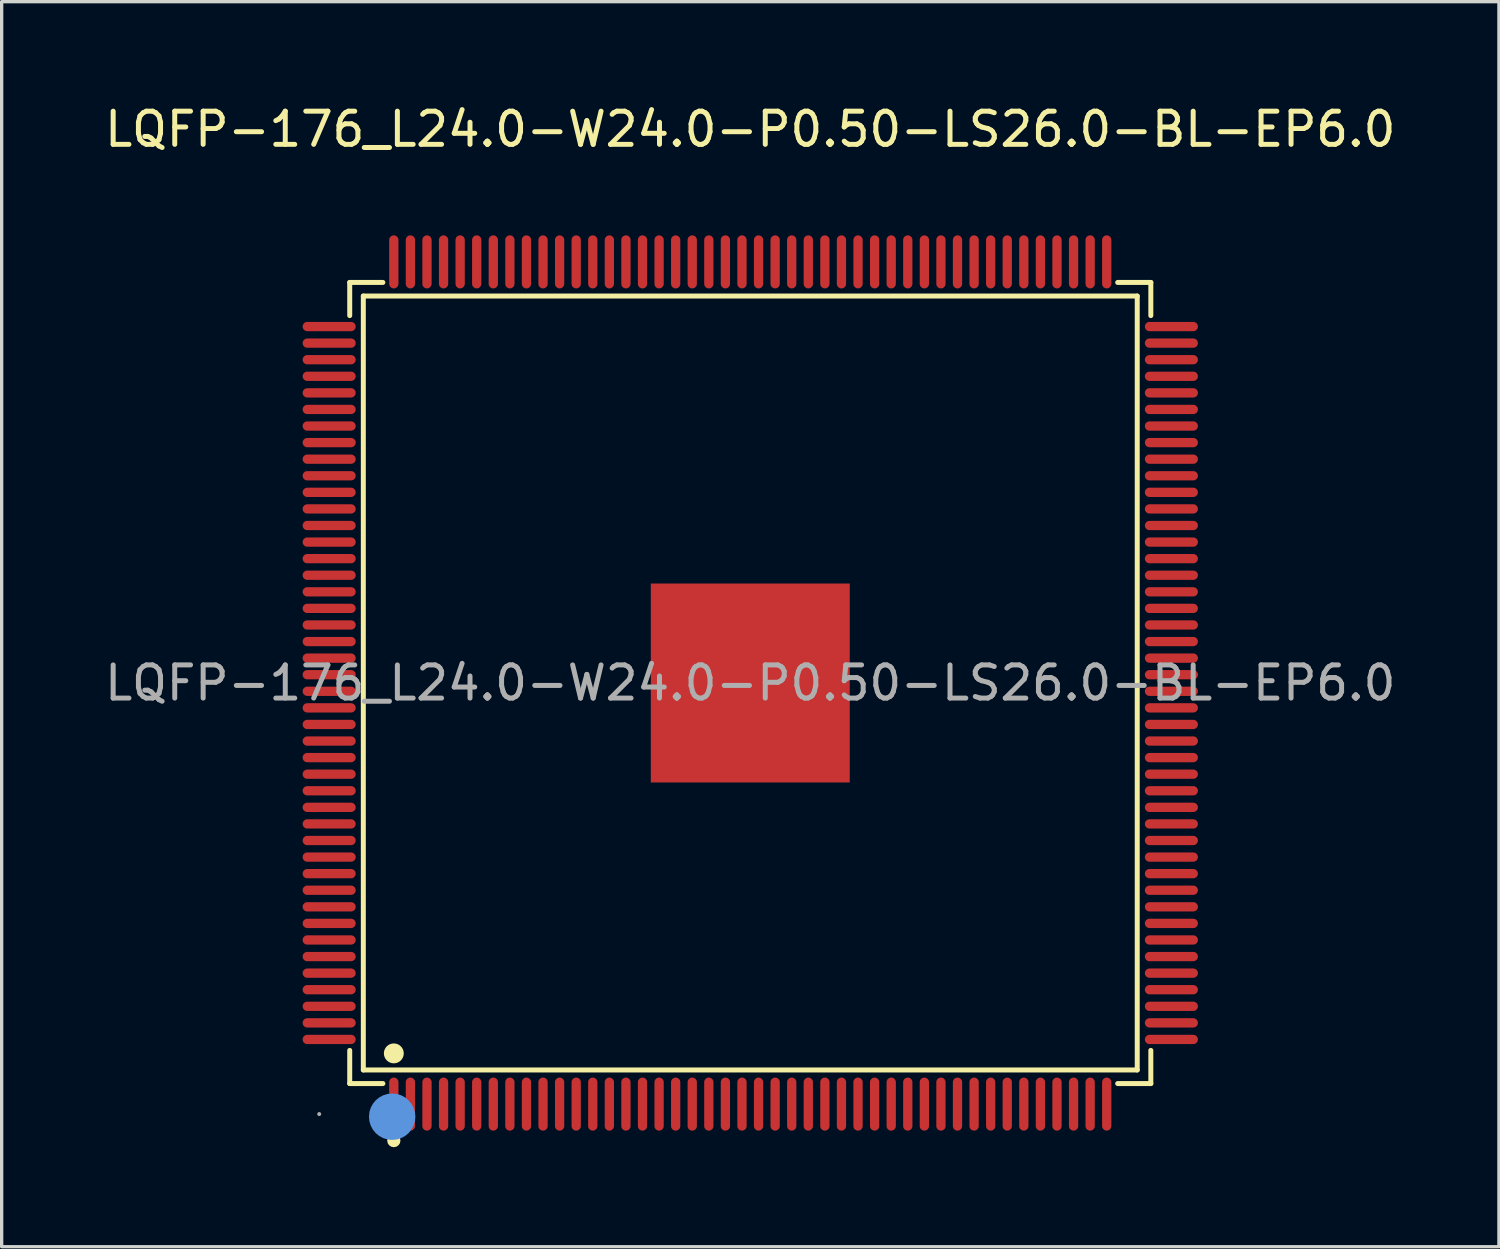
<source format=kicad_pcb>
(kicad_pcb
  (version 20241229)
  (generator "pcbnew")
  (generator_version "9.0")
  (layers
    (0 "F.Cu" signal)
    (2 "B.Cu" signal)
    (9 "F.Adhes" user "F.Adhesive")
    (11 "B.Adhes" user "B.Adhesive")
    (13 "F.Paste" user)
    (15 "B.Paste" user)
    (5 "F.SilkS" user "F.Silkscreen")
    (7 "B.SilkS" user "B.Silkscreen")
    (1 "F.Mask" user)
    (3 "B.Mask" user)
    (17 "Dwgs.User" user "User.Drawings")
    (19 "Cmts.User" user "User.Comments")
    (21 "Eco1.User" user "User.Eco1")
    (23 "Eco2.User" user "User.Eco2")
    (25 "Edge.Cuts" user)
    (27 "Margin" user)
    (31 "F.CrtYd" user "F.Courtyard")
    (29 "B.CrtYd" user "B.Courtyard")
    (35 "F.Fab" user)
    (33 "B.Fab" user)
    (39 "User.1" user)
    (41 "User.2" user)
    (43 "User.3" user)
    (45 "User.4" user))
  (footprint "LQFP-176_L24.0-W24.0-P0.50-LS26.0-BL-EP6.0"
    (layer "F.Cu")
    (at 19.577 17.548)
    (property "Reference" "LQFP-176_L24.0-W24.0-P0.50-LS26.0-BL-EP6.0" (at 0 -16.7 0) (layer "F.SilkS") (effects (font (size 1 1) (thickness 0.15))))
    (attr through_hole)
    (fp_line (start -12.08 -12.08) (end -11.08 -12.08) (stroke (width 0.15) (type solid)) (layer "F.SilkS"))
    (fp_line (start -12.08 -11.08) (end -12.08 -12.08) (stroke (width 0.15) (type solid)) (layer "F.SilkS"))
    (fp_line (start -12.08 11.08) (end -12.08 12.08) (stroke (width 0.15) (type solid)) (layer "F.SilkS"))
    (fp_line (start -12.08 12.08) (end -11.08 12.08) (stroke (width 0.15) (type solid)) (layer "F.SilkS"))
    (fp_line (start -11.67 -11.67) (end 11.67 -11.67) (stroke (width 0.15) (type solid)) (layer "F.SilkS"))
    (fp_line (start -11.67 11.67) (end -11.67 -11.67) (stroke (width 0.15) (type solid)) (layer "F.SilkS"))
    (fp_line (start 11.67 -11.67) (end 11.67 11.67) (stroke (width 0.15) (type solid)) (layer "F.SilkS"))
    (fp_line (start 11.67 11.67) (end -11.67 11.67) (stroke (width 0.15) (type solid)) (layer "F.SilkS"))
    (fp_line (start 12.08 -12.08) (end 11.08 -12.08) (stroke (width 0.15) (type solid)) (layer "F.SilkS"))
    (fp_line (start 12.08 -11.08) (end 12.08 -12.08) (stroke (width 0.15) (type solid)) (layer "F.SilkS"))
    (fp_line (start 12.08 11.08) (end 12.08 12.08) (stroke (width 0.15) (type solid)) (layer "F.SilkS"))
    (fp_line (start 12.08 12.08) (end 11.08 12.08) (stroke (width 0.15) (type solid)) (layer "F.SilkS"))
    (fp_circle (center -10.75 11.17) (end -10.6 11.17) (stroke (width 0.3) (type solid)) (fill no) (layer "F.SilkS"))
    (fp_circle (center -10.75 13.8) (end -10.65 13.8) (stroke (width 0.2) (type solid)) (fill no) (layer "F.SilkS"))
    (fp_circle (center -10.8 13.08) (end -10.45 13.08) (stroke (width 0.7) (type solid)) (fill no) (layer "Cmts.User"))
    (fp_circle (center -13 13) (end -12.97 13) (stroke (width 0.06) (type solid)) (fill no) (layer "F.Fab"))
    (fp_text user "${REFERENCE}" (at 0 0 0) (layer "F.Fab") (effects (font (size 1 1) (thickness 0.15))))
    (pad "1" smd oval (at -10.75 12.7) (size 0.28 1.6) (layers "F.Cu" "F.Mask" "F.Paste"))
    (pad "2" smd oval (at -10.25 12.7) (size 0.28 1.6) (layers "F.Cu" "F.Mask" "F.Paste"))
    (pad "3" smd oval (at -9.75 12.7) (size 0.28 1.6) (layers "F.Cu" "F.Mask" "F.Paste"))
    (pad "4" smd oval (at -9.25 12.7) (size 0.28 1.6) (layers "F.Cu" "F.Mask" "F.Paste"))
    (pad "5" smd oval (at -8.75 12.7) (size 0.28 1.6) (layers "F.Cu" "F.Mask" "F.Paste"))
    (pad "6" smd oval (at -8.25 12.7) (size 0.28 1.6) (layers "F.Cu" "F.Mask" "F.Paste"))
    (pad "7" smd oval (at -7.75 12.7) (size 0.28 1.6) (layers "F.Cu" "F.Mask" "F.Paste"))
    (pad "8" smd oval (at -7.25 12.7) (size 0.28 1.6) (layers "F.Cu" "F.Mask" "F.Paste"))
    (pad "9" smd oval (at -6.75 12.7) (size 0.28 1.6) (layers "F.Cu" "F.Mask" "F.Paste"))
    (pad "10" smd oval (at -6.25 12.7) (size 0.28 1.6) (layers "F.Cu" "F.Mask" "F.Paste"))
    (pad "11" smd oval (at -5.75 12.7) (size 0.28 1.6) (layers "F.Cu" "F.Mask" "F.Paste"))
    (pad "12" smd oval (at -5.25 12.7) (size 0.28 1.6) (layers "F.Cu" "F.Mask" "F.Paste"))
    (pad "13" smd oval (at -4.75 12.7) (size 0.28 1.6) (layers "F.Cu" "F.Mask" "F.Paste"))
    (pad "14" smd oval (at -4.25 12.7) (size 0.28 1.6) (layers "F.Cu" "F.Mask" "F.Paste"))
    (pad "15" smd oval (at -3.75 12.7) (size 0.28 1.6) (layers "F.Cu" "F.Mask" "F.Paste"))
    (pad "16" smd oval (at -3.25 12.7) (size 0.28 1.6) (layers "F.Cu" "F.Mask" "F.Paste"))
    (pad "17" smd oval (at -2.75 12.7) (size 0.28 1.6) (layers "F.Cu" "F.Mask" "F.Paste"))
    (pad "18" smd oval (at -2.25 12.7) (size 0.28 1.6) (layers "F.Cu" "F.Mask" "F.Paste"))
    (pad "19" smd oval (at -1.75 12.7) (size 0.28 1.6) (layers "F.Cu" "F.Mask" "F.Paste"))
    (pad "20" smd oval (at -1.25 12.7) (size 0.28 1.6) (layers "F.Cu" "F.Mask" "F.Paste"))
    (pad "21" smd oval (at -0.75 12.7) (size 0.28 1.6) (layers "F.Cu" "F.Mask" "F.Paste"))
    (pad "22" smd oval (at -0.25 12.7) (size 0.28 1.6) (layers "F.Cu" "F.Mask" "F.Paste"))
    (pad "23" smd oval (at 0.25 12.7) (size 0.28 1.6) (layers "F.Cu" "F.Mask" "F.Paste"))
    (pad "24" smd oval (at 0.75 12.7) (size 0.28 1.6) (layers "F.Cu" "F.Mask" "F.Paste"))
    (pad "25" smd oval (at 1.25 12.7) (size 0.28 1.6) (layers "F.Cu" "F.Mask" "F.Paste"))
    (pad "26" smd oval (at 1.75 12.7) (size 0.28 1.6) (layers "F.Cu" "F.Mask" "F.Paste"))
    (pad "27" smd oval (at 2.25 12.7) (size 0.28 1.6) (layers "F.Cu" "F.Mask" "F.Paste"))
    (pad "28" smd oval (at 2.75 12.7) (size 0.28 1.6) (layers "F.Cu" "F.Mask" "F.Paste"))
    (pad "29" smd oval (at 3.25 12.7) (size 0.28 1.6) (layers "F.Cu" "F.Mask" "F.Paste"))
    (pad "30" smd oval (at 3.75 12.7) (size 0.28 1.6) (layers "F.Cu" "F.Mask" "F.Paste"))
    (pad "31" smd oval (at 4.25 12.7) (size 0.28 1.6) (layers "F.Cu" "F.Mask" "F.Paste"))
    (pad "32" smd oval (at 4.75 12.7) (size 0.28 1.6) (layers "F.Cu" "F.Mask" "F.Paste"))
    (pad "33" smd oval (at 5.25 12.7) (size 0.28 1.6) (layers "F.Cu" "F.Mask" "F.Paste"))
    (pad "34" smd oval (at 5.75 12.7) (size 0.28 1.6) (layers "F.Cu" "F.Mask" "F.Paste"))
    (pad "35" smd oval (at 6.25 12.7) (size 0.28 1.6) (layers "F.Cu" "F.Mask" "F.Paste"))
    (pad "36" smd oval (at 6.75 12.7) (size 0.28 1.6) (layers "F.Cu" "F.Mask" "F.Paste"))
    (pad "37" smd oval (at 7.25 12.7) (size 0.28 1.6) (layers "F.Cu" "F.Mask" "F.Paste"))
    (pad "38" smd oval (at 7.75 12.7) (size 0.28 1.6) (layers "F.Cu" "F.Mask" "F.Paste"))
    (pad "39" smd oval (at 8.25 12.7) (size 0.28 1.6) (layers "F.Cu" "F.Mask" "F.Paste"))
    (pad "40" smd oval (at 8.75 12.7) (size 0.28 1.6) (layers "F.Cu" "F.Mask" "F.Paste"))
    (pad "41" smd oval (at 9.25 12.7) (size 0.28 1.6) (layers "F.Cu" "F.Mask" "F.Paste"))
    (pad "42" smd oval (at 9.75 12.7) (size 0.28 1.6) (layers "F.Cu" "F.Mask" "F.Paste"))
    (pad "43" smd oval (at 10.25 12.7) (size 0.28 1.6) (layers "F.Cu" "F.Mask" "F.Paste"))
    (pad "44" smd oval (at 10.75 12.7) (size 0.28 1.6) (layers "F.Cu" "F.Mask" "F.Paste"))
    (pad "45" smd oval (at 12.7 10.75) (size 1.6 0.28) (layers "F.Cu" "F.Mask" "F.Paste"))
    (pad "46" smd oval (at 12.7 10.25) (size 1.6 0.28) (layers "F.Cu" "F.Mask" "F.Paste"))
    (pad "47" smd oval (at 12.7 9.75) (size 1.6 0.28) (layers "F.Cu" "F.Mask" "F.Paste"))
    (pad "48" smd oval (at 12.7 9.25) (size 1.6 0.28) (layers "F.Cu" "F.Mask" "F.Paste"))
    (pad "49" smd oval (at 12.7 8.75) (size 1.6 0.28) (layers "F.Cu" "F.Mask" "F.Paste"))
    (pad "50" smd oval (at 12.7 8.25) (size 1.6 0.28) (layers "F.Cu" "F.Mask" "F.Paste"))
    (pad "51" smd oval (at 12.7 7.75) (size 1.6 0.28) (layers "F.Cu" "F.Mask" "F.Paste"))
    (pad "52" smd oval (at 12.7 7.25) (size 1.6 0.28) (layers "F.Cu" "F.Mask" "F.Paste"))
    (pad "53" smd oval (at 12.7 6.75) (size 1.6 0.28) (layers "F.Cu" "F.Mask" "F.Paste"))
    (pad "54" smd oval (at 12.7 6.25) (size 1.6 0.28) (layers "F.Cu" "F.Mask" "F.Paste"))
    (pad "55" smd oval (at 12.7 5.75) (size 1.6 0.28) (layers "F.Cu" "F.Mask" "F.Paste"))
    (pad "56" smd oval (at 12.7 5.25) (size 1.6 0.28) (layers "F.Cu" "F.Mask" "F.Paste"))
    (pad "57" smd oval (at 12.7 4.75) (size 1.6 0.28) (layers "F.Cu" "F.Mask" "F.Paste"))
    (pad "58" smd oval (at 12.7 4.25) (size 1.6 0.28) (layers "F.Cu" "F.Mask" "F.Paste"))
    (pad "59" smd oval (at 12.7 3.75) (size 1.6 0.28) (layers "F.Cu" "F.Mask" "F.Paste"))
    (pad "60" smd oval (at 12.7 3.25) (size 1.6 0.28) (layers "F.Cu" "F.Mask" "F.Paste"))
    (pad "61" smd oval (at 12.7 2.75) (size 1.6 0.28) (layers "F.Cu" "F.Mask" "F.Paste"))
    (pad "62" smd oval (at 12.7 2.25) (size 1.6 0.28) (layers "F.Cu" "F.Mask" "F.Paste"))
    (pad "63" smd oval (at 12.7 1.75) (size 1.6 0.28) (layers "F.Cu" "F.Mask" "F.Paste"))
    (pad "64" smd oval (at 12.7 1.25) (size 1.6 0.28) (layers "F.Cu" "F.Mask" "F.Paste"))
    (pad "65" smd oval (at 12.7 0.75) (size 1.6 0.28) (layers "F.Cu" "F.Mask" "F.Paste"))
    (pad "66" smd oval (at 12.7 0.25) (size 1.6 0.28) (layers "F.Cu" "F.Mask" "F.Paste"))
    (pad "67" smd oval (at 12.7 -0.25) (size 1.6 0.28) (layers "F.Cu" "F.Mask" "F.Paste"))
    (pad "68" smd oval (at 12.7 -0.75) (size 1.6 0.28) (layers "F.Cu" "F.Mask" "F.Paste"))
    (pad "69" smd oval (at 12.7 -1.25) (size 1.6 0.28) (layers "F.Cu" "F.Mask" "F.Paste"))
    (pad "70" smd oval (at 12.7 -1.75) (size 1.6 0.28) (layers "F.Cu" "F.Mask" "F.Paste"))
    (pad "71" smd oval (at 12.7 -2.25) (size 1.6 0.28) (layers "F.Cu" "F.Mask" "F.Paste"))
    (pad "72" smd oval (at 12.7 -2.75) (size 1.6 0.28) (layers "F.Cu" "F.Mask" "F.Paste"))
    (pad "73" smd oval (at 12.7 -3.25) (size 1.6 0.28) (layers "F.Cu" "F.Mask" "F.Paste"))
    (pad "74" smd oval (at 12.7 -3.75) (size 1.6 0.28) (layers "F.Cu" "F.Mask" "F.Paste"))
    (pad "75" smd oval (at 12.7 -4.25) (size 1.6 0.28) (layers "F.Cu" "F.Mask" "F.Paste"))
    (pad "76" smd oval (at 12.7 -4.75) (size 1.6 0.28) (layers "F.Cu" "F.Mask" "F.Paste"))
    (pad "77" smd oval (at 12.7 -5.25) (size 1.6 0.28) (layers "F.Cu" "F.Mask" "F.Paste"))
    (pad "78" smd oval (at 12.7 -5.75) (size 1.6 0.28) (layers "F.Cu" "F.Mask" "F.Paste"))
    (pad "79" smd oval (at 12.7 -6.25) (size 1.6 0.28) (layers "F.Cu" "F.Mask" "F.Paste"))
    (pad "80" smd oval (at 12.7 -6.75) (size 1.6 0.28) (layers "F.Cu" "F.Mask" "F.Paste"))
    (pad "81" smd oval (at 12.7 -7.25) (size 1.6 0.28) (layers "F.Cu" "F.Mask" "F.Paste"))
    (pad "82" smd oval (at 12.7 -7.75) (size 1.6 0.28) (layers "F.Cu" "F.Mask" "F.Paste"))
    (pad "83" smd oval (at 12.7 -8.25) (size 1.6 0.28) (layers "F.Cu" "F.Mask" "F.Paste"))
    (pad "84" smd oval (at 12.7 -8.75) (size 1.6 0.28) (layers "F.Cu" "F.Mask" "F.Paste"))
    (pad "85" smd oval (at 12.7 -9.25) (size 1.6 0.28) (layers "F.Cu" "F.Mask" "F.Paste"))
    (pad "86" smd oval (at 12.7 -9.75) (size 1.6 0.28) (layers "F.Cu" "F.Mask" "F.Paste"))
    (pad "87" smd oval (at 12.7 -10.25) (size 1.6 0.28) (layers "F.Cu" "F.Mask" "F.Paste"))
    (pad "88" smd oval (at 12.7 -10.75) (size 1.6 0.28) (layers "F.Cu" "F.Mask" "F.Paste"))
    (pad "89" smd oval (at 10.75 -12.7) (size 0.28 1.6) (layers "F.Cu" "F.Mask" "F.Paste"))
    (pad "90" smd oval (at 10.25 -12.7) (size 0.28 1.6) (layers "F.Cu" "F.Mask" "F.Paste"))
    (pad "91" smd oval (at 9.75 -12.7) (size 0.28 1.6) (layers "F.Cu" "F.Mask" "F.Paste"))
    (pad "92" smd oval (at 9.25 -12.7) (size 0.28 1.6) (layers "F.Cu" "F.Mask" "F.Paste"))
    (pad "93" smd oval (at 8.75 -12.7) (size 0.28 1.6) (layers "F.Cu" "F.Mask" "F.Paste"))
    (pad "94" smd oval (at 8.25 -12.7) (size 0.28 1.6) (layers "F.Cu" "F.Mask" "F.Paste"))
    (pad "95" smd oval (at 7.75 -12.7) (size 0.28 1.6) (layers "F.Cu" "F.Mask" "F.Paste"))
    (pad "96" smd oval (at 7.25 -12.7) (size 0.28 1.6) (layers "F.Cu" "F.Mask" "F.Paste"))
    (pad "97" smd oval (at 6.75 -12.7) (size 0.28 1.6) (layers "F.Cu" "F.Mask" "F.Paste"))
    (pad "98" smd oval (at 6.25 -12.7) (size 0.28 1.6) (layers "F.Cu" "F.Mask" "F.Paste"))
    (pad "99" smd oval (at 5.75 -12.7) (size 0.28 1.6) (layers "F.Cu" "F.Mask" "F.Paste"))
    (pad "100" smd oval (at 5.25 -12.7) (size 0.28 1.6) (layers "F.Cu" "F.Mask" "F.Paste"))
    (pad "101" smd oval (at 4.75 -12.7) (size 0.28 1.6) (layers "F.Cu" "F.Mask" "F.Paste"))
    (pad "102" smd oval (at 4.25 -12.7) (size 0.28 1.6) (layers "F.Cu" "F.Mask" "F.Paste"))
    (pad "103" smd oval (at 3.75 -12.7) (size 0.28 1.6) (layers "F.Cu" "F.Mask" "F.Paste"))
    (pad "104" smd oval (at 3.25 -12.7) (size 0.28 1.6) (layers "F.Cu" "F.Mask" "F.Paste"))
    (pad "105" smd oval (at 2.75 -12.7) (size 0.28 1.6) (layers "F.Cu" "F.Mask" "F.Paste"))
    (pad "106" smd oval (at 2.25 -12.7) (size 0.28 1.6) (layers "F.Cu" "F.Mask" "F.Paste"))
    (pad "107" smd oval (at 1.75 -12.7) (size 0.28 1.6) (layers "F.Cu" "F.Mask" "F.Paste"))
    (pad "108" smd oval (at 1.25 -12.7) (size 0.28 1.6) (layers "F.Cu" "F.Mask" "F.Paste"))
    (pad "109" smd oval (at 0.75 -12.7) (size 0.28 1.6) (layers "F.Cu" "F.Mask" "F.Paste"))
    (pad "110" smd oval (at 0.25 -12.7) (size 0.28 1.6) (layers "F.Cu" "F.Mask" "F.Paste"))
    (pad "111" smd oval (at -0.25 -12.7) (size 0.28 1.6) (layers "F.Cu" "F.Mask" "F.Paste"))
    (pad "112" smd oval (at -0.75 -12.7) (size 0.28 1.6) (layers "F.Cu" "F.Mask" "F.Paste"))
    (pad "113" smd oval (at -1.25 -12.7) (size 0.28 1.6) (layers "F.Cu" "F.Mask" "F.Paste"))
    (pad "114" smd oval (at -1.75 -12.7) (size 0.28 1.6) (layers "F.Cu" "F.Mask" "F.Paste"))
    (pad "115" smd oval (at -2.25 -12.7) (size 0.28 1.6) (layers "F.Cu" "F.Mask" "F.Paste"))
    (pad "116" smd oval (at -2.75 -12.7) (size 0.28 1.6) (layers "F.Cu" "F.Mask" "F.Paste"))
    (pad "117" smd oval (at -3.25 -12.7) (size 0.28 1.6) (layers "F.Cu" "F.Mask" "F.Paste"))
    (pad "118" smd oval (at -3.75 -12.7) (size 0.28 1.6) (layers "F.Cu" "F.Mask" "F.Paste"))
    (pad "119" smd oval (at -4.25 -12.7) (size 0.28 1.6) (layers "F.Cu" "F.Mask" "F.Paste"))
    (pad "120" smd oval (at -4.75 -12.7) (size 0.28 1.6) (layers "F.Cu" "F.Mask" "F.Paste"))
    (pad "121" smd oval (at -5.25 -12.7) (size 0.28 1.6) (layers "F.Cu" "F.Mask" "F.Paste"))
    (pad "122" smd oval (at -5.75 -12.7) (size 0.28 1.6) (layers "F.Cu" "F.Mask" "F.Paste"))
    (pad "123" smd oval (at -6.25 -12.7) (size 0.28 1.6) (layers "F.Cu" "F.Mask" "F.Paste"))
    (pad "124" smd oval (at -6.75 -12.7) (size 0.28 1.6) (layers "F.Cu" "F.Mask" "F.Paste"))
    (pad "125" smd oval (at -7.25 -12.7) (size 0.28 1.6) (layers "F.Cu" "F.Mask" "F.Paste"))
    (pad "126" smd oval (at -7.75 -12.7) (size 0.28 1.6) (layers "F.Cu" "F.Mask" "F.Paste"))
    (pad "127" smd oval (at -8.25 -12.7) (size 0.28 1.6) (layers "F.Cu" "F.Mask" "F.Paste"))
    (pad "128" smd oval (at -8.75 -12.7) (size 0.28 1.6) (layers "F.Cu" "F.Mask" "F.Paste"))
    (pad "129" smd oval (at -9.25 -12.7) (size 0.28 1.6) (layers "F.Cu" "F.Mask" "F.Paste"))
    (pad "130" smd oval (at -9.75 -12.7) (size 0.28 1.6) (layers "F.Cu" "F.Mask" "F.Paste"))
    (pad "131" smd oval (at -10.25 -12.7) (size 0.28 1.6) (layers "F.Cu" "F.Mask" "F.Paste"))
    (pad "132" smd oval (at -10.75 -12.7) (size 0.28 1.6) (layers "F.Cu" "F.Mask" "F.Paste"))
    (pad "133" smd oval (at -12.7 -10.75) (size 1.6 0.28) (layers "F.Cu" "F.Mask" "F.Paste"))
    (pad "134" smd oval (at -12.7 -10.25) (size 1.6 0.28) (layers "F.Cu" "F.Mask" "F.Paste"))
    (pad "135" smd oval (at -12.7 -9.75) (size 1.6 0.28) (layers "F.Cu" "F.Mask" "F.Paste"))
    (pad "136" smd oval (at -12.7 -9.25) (size 1.6 0.28) (layers "F.Cu" "F.Mask" "F.Paste"))
    (pad "137" smd oval (at -12.7 -8.75) (size 1.6 0.28) (layers "F.Cu" "F.Mask" "F.Paste"))
    (pad "138" smd oval (at -12.7 -8.25) (size 1.6 0.28) (layers "F.Cu" "F.Mask" "F.Paste"))
    (pad "139" smd oval (at -12.7 -7.75) (size 1.6 0.28) (layers "F.Cu" "F.Mask" "F.Paste"))
    (pad "140" smd oval (at -12.7 -7.25) (size 1.6 0.28) (layers "F.Cu" "F.Mask" "F.Paste"))
    (pad "141" smd oval (at -12.7 -6.75) (size 1.6 0.28) (layers "F.Cu" "F.Mask" "F.Paste"))
    (pad "142" smd oval (at -12.7 -6.25) (size 1.6 0.28) (layers "F.Cu" "F.Mask" "F.Paste"))
    (pad "143" smd oval (at -12.7 -5.75) (size 1.6 0.28) (layers "F.Cu" "F.Mask" "F.Paste"))
    (pad "144" smd oval (at -12.7 -5.25) (size 1.6 0.28) (layers "F.Cu" "F.Mask" "F.Paste"))
    (pad "145" smd oval (at -12.7 -4.75) (size 1.6 0.28) (layers "F.Cu" "F.Mask" "F.Paste"))
    (pad "146" smd oval (at -12.7 -4.25) (size 1.6 0.28) (layers "F.Cu" "F.Mask" "F.Paste"))
    (pad "147" smd oval (at -12.7 -3.75) (size 1.6 0.28) (layers "F.Cu" "F.Mask" "F.Paste"))
    (pad "148" smd oval (at -12.7 -3.25) (size 1.6 0.28) (layers "F.Cu" "F.Mask" "F.Paste"))
    (pad "149" smd oval (at -12.7 -2.75) (size 1.6 0.28) (layers "F.Cu" "F.Mask" "F.Paste"))
    (pad "150" smd oval (at -12.7 -2.25) (size 1.6 0.28) (layers "F.Cu" "F.Mask" "F.Paste"))
    (pad "151" smd oval (at -12.7 -1.75) (size 1.6 0.28) (layers "F.Cu" "F.Mask" "F.Paste"))
    (pad "152" smd oval (at -12.7 -1.25) (size 1.6 0.28) (layers "F.Cu" "F.Mask" "F.Paste"))
    (pad "153" smd oval (at -12.7 -0.75) (size 1.6 0.28) (layers "F.Cu" "F.Mask" "F.Paste"))
    (pad "154" smd oval (at -12.7 -0.25) (size 1.6 0.28) (layers "F.Cu" "F.Mask" "F.Paste"))
    (pad "155" smd oval (at -12.7 0.25) (size 1.6 0.28) (layers "F.Cu" "F.Mask" "F.Paste"))
    (pad "156" smd oval (at -12.7 0.75) (size 1.6 0.28) (layers "F.Cu" "F.Mask" "F.Paste"))
    (pad "157" smd oval (at -12.7 1.25) (size 1.6 0.28) (layers "F.Cu" "F.Mask" "F.Paste"))
    (pad "158" smd oval (at -12.7 1.75) (size 1.6 0.28) (layers "F.Cu" "F.Mask" "F.Paste"))
    (pad "159" smd oval (at -12.7 2.25) (size 1.6 0.28) (layers "F.Cu" "F.Mask" "F.Paste"))
    (pad "160" smd oval (at -12.7 2.75) (size 1.6 0.28) (layers "F.Cu" "F.Mask" "F.Paste"))
    (pad "161" smd oval (at -12.7 3.25) (size 1.6 0.28) (layers "F.Cu" "F.Mask" "F.Paste"))
    (pad "162" smd oval (at -12.7 3.75) (size 1.6 0.28) (layers "F.Cu" "F.Mask" "F.Paste"))
    (pad "163" smd oval (at -12.7 4.25) (size 1.6 0.28) (layers "F.Cu" "F.Mask" "F.Paste"))
    (pad "164" smd oval (at -12.7 4.75) (size 1.6 0.28) (layers "F.Cu" "F.Mask" "F.Paste"))
    (pad "165" smd oval (at -12.7 5.25) (size 1.6 0.28) (layers "F.Cu" "F.Mask" "F.Paste"))
    (pad "166" smd oval (at -12.7 5.75) (size 1.6 0.28) (layers "F.Cu" "F.Mask" "F.Paste"))
    (pad "167" smd oval (at -12.7 6.25) (size 1.6 0.28) (layers "F.Cu" "F.Mask" "F.Paste"))
    (pad "168" smd oval (at -12.7 6.75) (size 1.6 0.28) (layers "F.Cu" "F.Mask" "F.Paste"))
    (pad "169" smd oval (at -12.7 7.25) (size 1.6 0.28) (layers "F.Cu" "F.Mask" "F.Paste"))
    (pad "170" smd oval (at -12.7 7.75) (size 1.6 0.28) (layers "F.Cu" "F.Mask" "F.Paste"))
    (pad "171" smd oval (at -12.7 8.25) (size 1.6 0.28) (layers "F.Cu" "F.Mask" "F.Paste"))
    (pad "172" smd oval (at -12.7 8.75) (size 1.6 0.28) (layers "F.Cu" "F.Mask" "F.Paste"))
    (pad "173" smd oval (at -12.7 9.25) (size 1.6 0.28) (layers "F.Cu" "F.Mask" "F.Paste"))
    (pad "174" smd oval (at -12.7 9.75) (size 1.6 0.28) (layers "F.Cu" "F.Mask" "F.Paste"))
    (pad "175" smd oval (at -12.7 10.25) (size 1.6 0.28) (layers "F.Cu" "F.Mask" "F.Paste"))
    (pad "176" smd oval (at -12.7 10.75) (size 1.6 0.28) (layers "F.Cu" "F.Mask" "F.Paste"))
    (pad "177" smd rect (at 0 0) (size 6 6) (layers "F.Cu" "F.Mask" "F.Paste")))
  (gr_rect
    (start -3 -3)
    (end 42.155 34.548)
    (stroke (width 0.1) (type default))
    (fill no)
    (layer "Edge.Cuts")))
</source>
